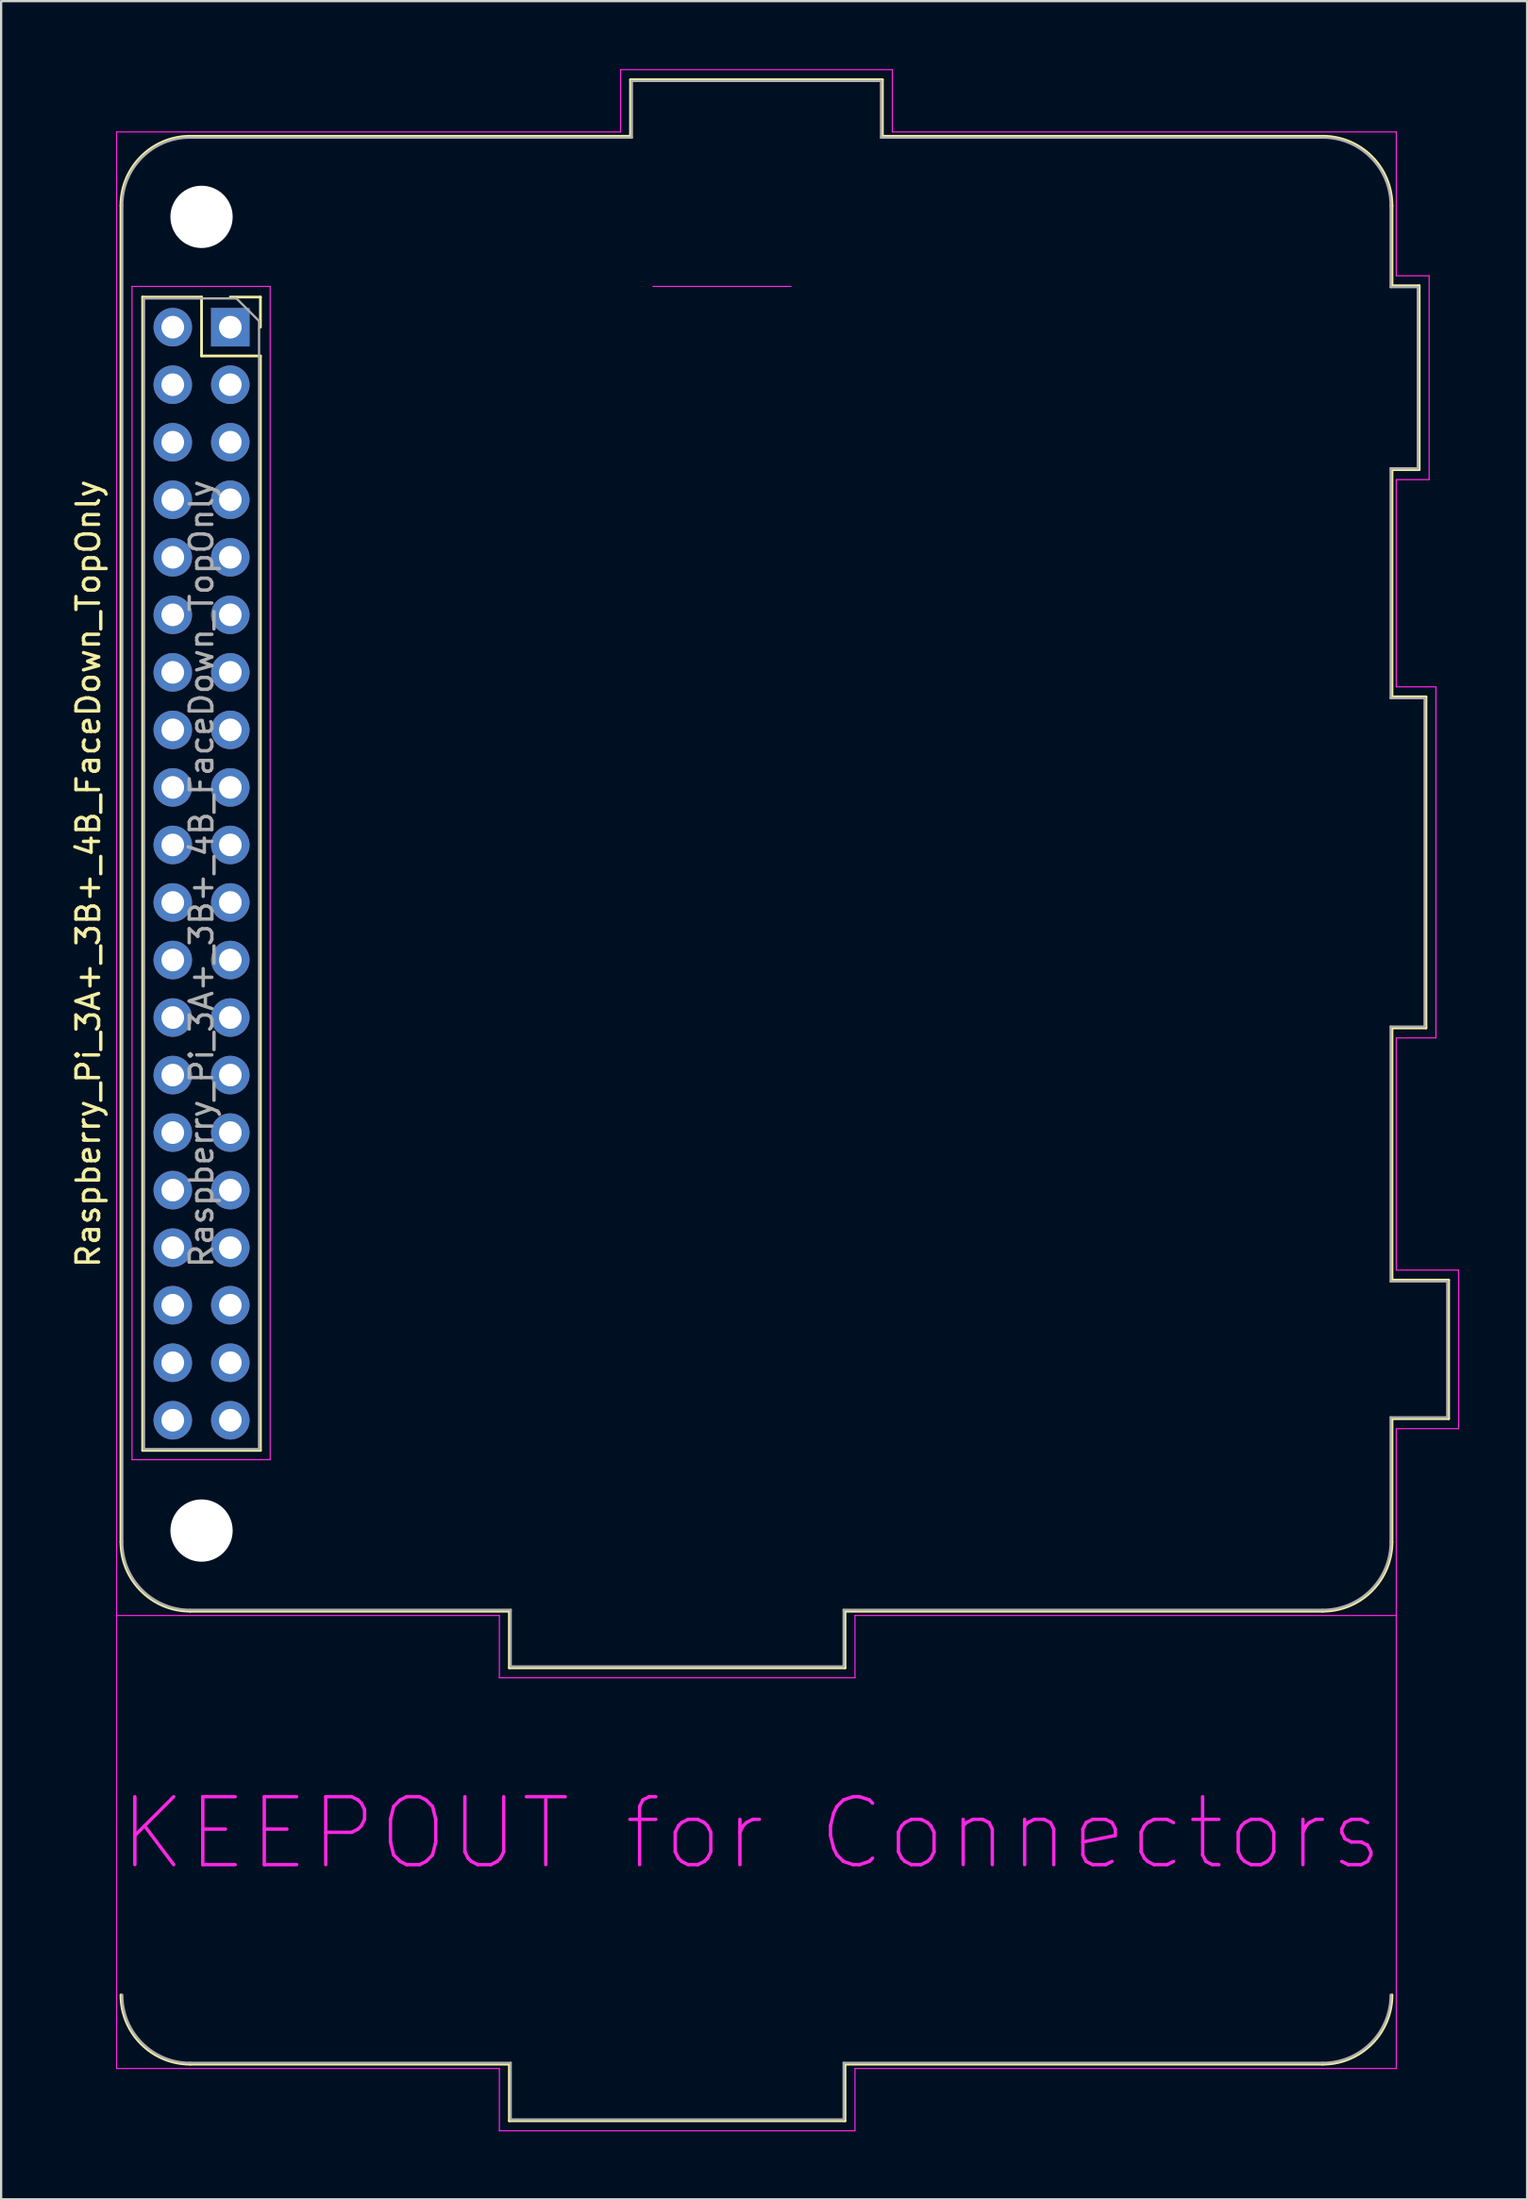
<source format=kicad_pcb>
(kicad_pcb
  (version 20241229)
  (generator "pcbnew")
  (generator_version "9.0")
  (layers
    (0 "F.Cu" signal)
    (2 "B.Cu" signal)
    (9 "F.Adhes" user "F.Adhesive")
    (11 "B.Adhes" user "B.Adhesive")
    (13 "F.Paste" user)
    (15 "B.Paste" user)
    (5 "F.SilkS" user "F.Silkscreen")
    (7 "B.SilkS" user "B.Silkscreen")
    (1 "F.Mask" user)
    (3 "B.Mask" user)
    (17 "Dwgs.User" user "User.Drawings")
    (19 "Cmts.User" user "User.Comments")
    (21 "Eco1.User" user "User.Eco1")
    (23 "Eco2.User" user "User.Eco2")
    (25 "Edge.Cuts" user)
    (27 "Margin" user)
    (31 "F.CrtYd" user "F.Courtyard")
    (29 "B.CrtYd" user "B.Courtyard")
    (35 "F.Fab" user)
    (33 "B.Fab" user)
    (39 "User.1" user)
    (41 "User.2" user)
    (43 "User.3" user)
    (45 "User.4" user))
  (footprint "Raspberry_Pi_3A+_3B+_4B_FaceDown_TopOnly"
    (layer "F.Cu")
    (at 7.118 11.395)
    (property "Reference" "Raspberry_Pi_3A+_3B+_4B_FaceDown_TopOnly" (at -6.27 24.13 90) (layer "F.SilkS") (effects (font (size 1 1) (thickness 0.15))))
    (attr through_hole)
    (fp_line (start -4.83 53.63) (end -4.83 -5.37) (stroke (width 0.12) (type solid)) (layer "F.SilkS"))
    (fp_line (start -3.87 -1.33) (end -3.87 49.59) (stroke (width 0.12) (type solid)) (layer "F.SilkS"))
    (fp_line (start -3.87 -1.33) (end -1.27 -1.33) (stroke (width 0.12) (type solid)) (layer "F.SilkS"))
    (fp_line (start -3.87 49.59) (end 1.33 49.59) (stroke (width 0.12) (type solid)) (layer "F.SilkS"))
    (fp_line (start -1.77 -8.43) (end 17.67 -8.43) (stroke (width 0.12) (type solid)) (layer "F.SilkS"))
    (fp_line (start -1.77 56.69) (end 12.32 56.69) (stroke (width 0.12) (type solid)) (layer "F.SilkS"))
    (fp_line (start -1.77 76.69) (end 12.32 76.69) (stroke (width 0.12) (type solid)) (layer "F.SilkS"))
    (fp_line (start -1.27 -1.33) (end -1.27 1.27) (stroke (width 0.12) (type solid)) (layer "F.SilkS"))
    (fp_line (start -1.27 1.27) (end 1.33 1.27) (stroke (width 0.12) (type solid)) (layer "F.SilkS"))
    (fp_line (start 0 -1.33) (end 1.33 -1.33) (stroke (width 0.12) (type solid)) (layer "F.SilkS"))
    (fp_line (start 1.33 -1.33) (end 1.33 0) (stroke (width 0.12) (type solid)) (layer "F.SilkS"))
    (fp_line (start 1.33 1.27) (end 1.33 49.59) (stroke (width 0.12) (type solid)) (layer "F.SilkS"))
    (fp_line (start 12.32 56.69) (end 12.32 59.19) (stroke (width 0.12) (type solid)) (layer "F.SilkS"))
    (fp_line (start 12.32 59.19) (end 27.14 59.19) (stroke (width 0.12) (type solid)) (layer "F.SilkS"))
    (fp_line (start 12.32 76.69) (end 12.32 79.19) (stroke (width 0.12) (type solid)) (layer "F.SilkS"))
    (fp_line (start 12.32 79.19) (end 27.14 79.19) (stroke (width 0.12) (type solid)) (layer "F.SilkS"))
    (fp_line (start 17.67 -10.93) (end 17.67 -8.43) (stroke (width 0.12) (type solid)) (layer "F.SilkS"))
    (fp_line (start 27.14 56.69) (end 48.23 56.69) (stroke (width 0.12) (type solid)) (layer "F.SilkS"))
    (fp_line (start 27.14 59.19) (end 27.14 56.69) (stroke (width 0.12) (type solid)) (layer "F.SilkS"))
    (fp_line (start 27.14 76.69) (end 48.23 76.69) (stroke (width 0.12) (type solid)) (layer "F.SilkS"))
    (fp_line (start 27.14 79.19) (end 27.14 76.69) (stroke (width 0.12) (type solid)) (layer "F.SilkS"))
    (fp_line (start 28.79 -10.93) (end 17.67 -10.93) (stroke (width 0.12) (type solid)) (layer "F.SilkS"))
    (fp_line (start 28.79 -8.43) (end 28.79 -10.93) (stroke (width 0.12) (type solid)) (layer "F.SilkS"))
    (fp_line (start 48.23 -8.43) (end 28.79 -8.43) (stroke (width 0.12) (type solid)) (layer "F.SilkS"))
    (fp_line (start 51.29 -5.37) (end 51.29 -1.83) (stroke (width 0.12) (type solid)) (layer "F.SilkS"))
    (fp_line (start 51.29 -1.83) (end 52.49 -1.83) (stroke (width 0.12) (type solid)) (layer "F.SilkS"))
    (fp_line (start 51.29 6.29) (end 51.29 16.32) (stroke (width 0.12) (type solid)) (layer "F.SilkS"))
    (fp_line (start 51.29 16.32) (end 52.79 16.32) (stroke (width 0.12) (type solid)) (layer "F.SilkS"))
    (fp_line (start 51.29 30.94) (end 51.29 42.07) (stroke (width 0.12) (type solid)) (layer "F.SilkS"))
    (fp_line (start 51.29 42.07) (end 53.79 42.07) (stroke (width 0.12) (type solid)) (layer "F.SilkS"))
    (fp_line (start 51.29 48.19) (end 51.29 53.63) (stroke (width 0.12) (type solid)) (layer "F.SilkS"))
    (fp_line (start 52.49 -1.83) (end 52.49 6.29) (stroke (width 0.12) (type solid)) (layer "F.SilkS"))
    (fp_line (start 52.49 6.29) (end 51.29 6.29) (stroke (width 0.12) (type solid)) (layer "F.SilkS"))
    (fp_line (start 52.79 16.32) (end 52.79 30.94) (stroke (width 0.12) (type solid)) (layer "F.SilkS"))
    (fp_line (start 52.79 30.94) (end 51.29 30.94) (stroke (width 0.12) (type solid)) (layer "F.SilkS"))
    (fp_line (start 53.79 42.07) (end 53.79 48.19) (stroke (width 0.12) (type solid)) (layer "F.SilkS"))
    (fp_line (start 53.79 48.19) (end 51.29 48.19) (stroke (width 0.12) (type solid)) (layer "F.SilkS"))
    (fp_arc (start -4.83 -5.37) (mid -3.933747 -7.533747) (end -1.77 -8.43) (stroke (width 0.12) (type solid)) (layer "F.SilkS"))
    (fp_arc (start -1.77 56.69) (mid -3.933747 55.793747) (end -4.83 53.63) (stroke (width 0.12) (type solid)) (layer "F.SilkS"))
    (fp_arc (start -1.77 76.69) (mid -3.933747 75.793747) (end -4.83 73.63) (stroke (width 0.12) (type solid)) (layer "F.SilkS"))
    (fp_arc (start 48.23 -8.43) (mid 50.393747 -7.533747) (end 51.29 -5.37) (stroke (width 0.12) (type solid)) (layer "F.SilkS"))
    (fp_arc (start 51.29 53.63) (mid 50.393747 55.793747) (end 48.23 56.69) (stroke (width 0.12) (type solid)) (layer "F.SilkS"))
    (fp_arc (start 51.29 73.63) (mid 50.393747 75.793747) (end 48.23 76.69) (stroke (width 0.12) (type solid)) (layer "F.SilkS"))
    (fp_line (start -5.02 -8.62) (end 17.23 -8.62) (stroke (width 0.05) (type solid)) (layer "F.CrtYd"))
    (fp_line (start -5.02 76.88) (end -5.02 -8.62) (stroke (width 0.05) (type solid)) (layer "F.CrtYd"))
    (fp_line (start -4.34 -1.8) (end 1.76 -1.8) (stroke (width 0.05) (type solid)) (layer "F.CrtYd"))
    (fp_line (start -4.34 50) (end -4.34 -1.8) (stroke (width 0.05) (type solid)) (layer "F.CrtYd"))
    (fp_line (start 1.76 -1.8) (end 1.76 50) (stroke (width 0.05) (type solid)) (layer "F.CrtYd"))
    (fp_line (start 1.76 50) (end -4.34 50) (stroke (width 0.05) (type solid)) (layer "F.CrtYd"))
    (fp_line (start 11.88 56.88) (end -5.02 56.88) (stroke (width 0.05) (type solid)) (layer "F.CrtYd"))
    (fp_line (start 11.88 59.63) (end 11.88 56.88) (stroke (width 0.05) (type solid)) (layer "F.CrtYd"))
    (fp_line (start 11.88 76.88) (end -5.02 76.88) (stroke (width 0.05) (type solid)) (layer "F.CrtYd"))
    (fp_line (start 11.88 79.63) (end 11.88 76.88) (stroke (width 0.05) (type solid)) (layer "F.CrtYd"))
    (fp_line (start 17.23 -11.37) (end 29.23 -11.37) (stroke (width 0.05) (type solid)) (layer "F.CrtYd"))
    (fp_line (start 17.23 -8.62) (end 17.23 -11.37) (stroke (width 0.05) (type solid)) (layer "F.CrtYd"))
    (fp_line (start 18.66 -1.8) (end 24.76 -1.8) (stroke (width 0.05) (type solid)) (layer "F.CrtYd"))
    (fp_line (start 27.58 56.88) (end 27.58 59.63) (stroke (width 0.05) (type solid)) (layer "F.CrtYd"))
    (fp_line (start 27.58 59.63) (end 11.88 59.63) (stroke (width 0.05) (type solid)) (layer "F.CrtYd"))
    (fp_line (start 27.58 76.88) (end 27.58 79.63) (stroke (width 0.05) (type solid)) (layer "F.CrtYd"))
    (fp_line (start 27.58 79.63) (end 11.88 79.63) (stroke (width 0.05) (type solid)) (layer "F.CrtYd"))
    (fp_line (start 29.23 -11.37) (end 29.23 -8.62) (stroke (width 0.05) (type solid)) (layer "F.CrtYd"))
    (fp_line (start 29.23 -8.62) (end 51.48 -8.62) (stroke (width 0.05) (type solid)) (layer "F.CrtYd"))
    (fp_line (start 51.48 -8.62) (end 51.48 -2.27) (stroke (width 0.05) (type solid)) (layer "F.CrtYd"))
    (fp_line (start 51.48 -2.27) (end 52.93 -2.27) (stroke (width 0.05) (type solid)) (layer "F.CrtYd"))
    (fp_line (start 51.48 6.73) (end 51.48 15.88) (stroke (width 0.05) (type solid)) (layer "F.CrtYd"))
    (fp_line (start 51.48 15.88) (end 53.23 15.88) (stroke (width 0.05) (type solid)) (layer "F.CrtYd"))
    (fp_line (start 51.48 31.38) (end 51.48 41.63) (stroke (width 0.05) (type solid)) (layer "F.CrtYd"))
    (fp_line (start 51.48 41.63) (end 54.23 41.63) (stroke (width 0.05) (type solid)) (layer "F.CrtYd"))
    (fp_line (start 51.48 48.63) (end 51.48 76.88) (stroke (width 0.05) (type solid)) (layer "F.CrtYd"))
    (fp_line (start 51.48 56.88) (end 27.58 56.88) (stroke (width 0.05) (type solid)) (layer "F.CrtYd"))
    (fp_line (start 51.48 76.88) (end 27.58 76.88) (stroke (width 0.05) (type solid)) (layer "F.CrtYd"))
    (fp_line (start 52.93 -2.27) (end 52.93 6.73) (stroke (width 0.05) (type solid)) (layer "F.CrtYd"))
    (fp_line (start 52.93 6.73) (end 51.48 6.73) (stroke (width 0.05) (type solid)) (layer "F.CrtYd"))
    (fp_line (start 53.23 15.88) (end 53.23 31.38) (stroke (width 0.05) (type solid)) (layer "F.CrtYd"))
    (fp_line (start 53.23 31.38) (end 51.48 31.38) (stroke (width 0.05) (type solid)) (layer "F.CrtYd"))
    (fp_line (start 54.23 41.63) (end 54.23 48.63) (stroke (width 0.05) (type solid)) (layer "F.CrtYd"))
    (fp_line (start 54.23 48.63) (end 51.48 48.63) (stroke (width 0.05) (type solid)) (layer "F.CrtYd"))
    (fp_line (start -4.77 53.63) (end -4.77 -5.37) (stroke (width 0.1) (type solid)) (layer "F.Fab"))
    (fp_line (start -3.81 -1.27) (end 0.27 -1.27) (stroke (width 0.1) (type solid)) (layer "F.Fab"))
    (fp_line (start -3.81 49.53) (end -3.81 -1.27) (stroke (width 0.1) (type solid)) (layer "F.Fab"))
    (fp_line (start -1.77 -8.37) (end 17.73 -8.37) (stroke (width 0.1) (type solid)) (layer "F.Fab"))
    (fp_line (start 0.27 -1.27) (end 1.27 -0.27) (stroke (width 0.1) (type solid)) (layer "F.Fab"))
    (fp_line (start 1.27 -0.27) (end 1.27 49.53) (stroke (width 0.1) (type solid)) (layer "F.Fab"))
    (fp_line (start 1.27 49.53) (end -3.81 49.53) (stroke (width 0.1) (type solid)) (layer "F.Fab"))
    (fp_line (start 12.38 56.63) (end -1.77 56.63) (stroke (width 0.1) (type solid)) (layer "F.Fab"))
    (fp_line (start 12.38 59.13) (end 12.38 56.63) (stroke (width 0.1) (type solid)) (layer "F.Fab"))
    (fp_line (start 12.38 76.63) (end -1.77 76.63) (stroke (width 0.1) (type solid)) (layer "F.Fab"))
    (fp_line (start 12.38 79.13) (end 12.38 76.63) (stroke (width 0.1) (type solid)) (layer "F.Fab"))
    (fp_line (start 17.73 -10.87) (end 17.73 -8.37) (stroke (width 0.1) (type solid)) (layer "F.Fab"))
    (fp_line (start 27.08 56.63) (end 27.08 59.13) (stroke (width 0.1) (type solid)) (layer "F.Fab"))
    (fp_line (start 27.08 59.13) (end 12.38 59.13) (stroke (width 0.1) (type solid)) (layer "F.Fab"))
    (fp_line (start 27.08 76.63) (end 27.08 79.13) (stroke (width 0.1) (type solid)) (layer "F.Fab"))
    (fp_line (start 27.08 79.13) (end 12.38 79.13) (stroke (width 0.1) (type solid)) (layer "F.Fab"))
    (fp_line (start 28.73 -10.87) (end 17.73 -10.87) (stroke (width 0.1) (type solid)) (layer "F.Fab"))
    (fp_line (start 28.73 -8.37) (end 28.73 -10.87) (stroke (width 0.1) (type solid)) (layer "F.Fab"))
    (fp_line (start 48.23 -8.37) (end 28.73 -8.37) (stroke (width 0.1) (type solid)) (layer "F.Fab"))
    (fp_line (start 48.23 56.63) (end 27.08 56.63) (stroke (width 0.1) (type solid)) (layer "F.Fab"))
    (fp_line (start 48.23 76.63) (end 27.08 76.63) (stroke (width 0.1) (type solid)) (layer "F.Fab"))
    (fp_line (start 51.23 -5.37) (end 51.23 -1.77) (stroke (width 0.1) (type solid)) (layer "F.Fab"))
    (fp_line (start 51.23 -1.77) (end 52.43 -1.77) (stroke (width 0.1) (type solid)) (layer "F.Fab"))
    (fp_line (start 51.23 6.23) (end 51.23 16.38) (stroke (width 0.1) (type solid)) (layer "F.Fab"))
    (fp_line (start 51.23 16.38) (end 52.73 16.38) (stroke (width 0.1) (type solid)) (layer "F.Fab"))
    (fp_line (start 51.23 30.88) (end 51.23 42.13) (stroke (width 0.1) (type solid)) (layer "F.Fab"))
    (fp_line (start 51.23 42.13) (end 53.73 42.13) (stroke (width 0.1) (type solid)) (layer "F.Fab"))
    (fp_line (start 51.23 48.13) (end 51.23 53.63) (stroke (width 0.1) (type solid)) (layer "F.Fab"))
    (fp_line (start 52.43 -1.77) (end 52.43 6.23) (stroke (width 0.1) (type solid)) (layer "F.Fab"))
    (fp_line (start 52.43 6.23) (end 51.23 6.23) (stroke (width 0.1) (type solid)) (layer "F.Fab"))
    (fp_line (start 52.73 16.38) (end 52.73 30.88) (stroke (width 0.1) (type solid)) (layer "F.Fab"))
    (fp_line (start 52.73 30.88) (end 51.23 30.88) (stroke (width 0.1) (type solid)) (layer "F.Fab"))
    (fp_line (start 53.73 42.13) (end 53.73 48.13) (stroke (width 0.1) (type solid)) (layer "F.Fab"))
    (fp_line (start 53.73 48.13) (end 51.23 48.13) (stroke (width 0.1) (type solid)) (layer "F.Fab"))
    (fp_arc (start -4.77 -5.37) (mid -3.89132 -7.49132) (end -1.77 -8.37) (stroke (width 0.1) (type solid)) (layer "F.Fab"))
    (fp_arc (start -1.77 56.63) (mid -3.89132 55.75132) (end -4.77 53.63) (stroke (width 0.1) (type solid)) (layer "F.Fab"))
    (fp_arc (start -1.77 76.63) (mid -3.89132 75.75132) (end -4.77 73.63) (stroke (width 0.1) (type solid)) (layer "F.Fab"))
    (fp_arc (start 48.23 -8.37) (mid 50.35132 -7.49132) (end 51.23 -5.37) (stroke (width 0.1) (type solid)) (layer "F.Fab"))
    (fp_arc (start 51.23 53.63) (mid 50.35132 55.75132) (end 48.23 56.63) (stroke (width 0.1) (type solid)) (layer "F.Fab"))
    (fp_arc (start 51.23 73.63) (mid 50.35132 75.75132) (end 48.23 76.63) (stroke (width 0.1) (type solid)) (layer "F.Fab"))
    (fp_text user "KEEPOUT for Connectors" (at 23 66.5 0) (layer "F.CrtYd") (effects (font (size 3 3) (thickness 0.15))))
    (fp_text user "${REFERENCE}" (at -1.27 24.13 90) (layer "F.Fab") (effects (font (size 1 1) (thickness 0.15))))
    (pad "" np_thru_hole circle (at -1.27 -4.87 90) (size 2.75 2.75) (drill 2.75) (layers "*.Cu" "*.Mask"))
    (pad "" np_thru_hole circle (at -1.27 53.13 90) (size 2.75 2.75) (drill 2.75) (layers "*.Cu" "*.Mask"))
    (pad "1" thru_hole rect (at 0 0) (size 1.7 1.7) (drill 1) (layers "*.Cu" "*.Mask"))
    (pad "2" thru_hole oval (at -2.54 0) (size 1.7 1.7) (drill 1) (layers "*.Cu" "*.Mask"))
    (pad "3" thru_hole oval (at 0 2.54) (size 1.7 1.7) (drill 1) (layers "*.Cu" "*.Mask"))
    (pad "4" thru_hole oval (at -2.54 2.54) (size 1.7 1.7) (drill 1) (layers "*.Cu" "*.Mask"))
    (pad "5" thru_hole oval (at 0 5.08) (size 1.7 1.7) (drill 1) (layers "*.Cu" "*.Mask"))
    (pad "6" thru_hole oval (at -2.54 5.08) (size 1.7 1.7) (drill 1) (layers "*.Cu" "*.Mask"))
    (pad "7" thru_hole oval (at 0 7.62) (size 1.7 1.7) (drill 1) (layers "*.Cu" "*.Mask"))
    (pad "8" thru_hole oval (at -2.54 7.62) (size 1.7 1.7) (drill 1) (layers "*.Cu" "*.Mask"))
    (pad "9" thru_hole oval (at 0 10.16) (size 1.7 1.7) (drill 1) (layers "*.Cu" "*.Mask"))
    (pad "10" thru_hole oval (at -2.54 10.16) (size 1.7 1.7) (drill 1) (layers "*.Cu" "*.Mask"))
    (pad "11" thru_hole oval (at 0 12.7) (size 1.7 1.7) (drill 1) (layers "*.Cu" "*.Mask"))
    (pad "12" thru_hole oval (at -2.54 12.7) (size 1.7 1.7) (drill 1) (layers "*.Cu" "*.Mask"))
    (pad "13" thru_hole oval (at 0 15.24) (size 1.7 1.7) (drill 1) (layers "*.Cu" "*.Mask"))
    (pad "14" thru_hole oval (at -2.54 15.24) (size 1.7 1.7) (drill 1) (layers "*.Cu" "*.Mask"))
    (pad "15" thru_hole oval (at 0 17.78) (size 1.7 1.7) (drill 1) (layers "*.Cu" "*.Mask"))
    (pad "16" thru_hole oval (at -2.54 17.78) (size 1.7 1.7) (drill 1) (layers "*.Cu" "*.Mask"))
    (pad "17" thru_hole oval (at 0 20.32) (size 1.7 1.7) (drill 1) (layers "*.Cu" "*.Mask"))
    (pad "18" thru_hole oval (at -2.54 20.32) (size 1.7 1.7) (drill 1) (layers "*.Cu" "*.Mask"))
    (pad "19" thru_hole oval (at 0 22.86) (size 1.7 1.7) (drill 1) (layers "*.Cu" "*.Mask"))
    (pad "20" thru_hole oval (at -2.54 22.86) (size 1.7 1.7) (drill 1) (layers "*.Cu" "*.Mask"))
    (pad "21" thru_hole oval (at 0 25.4) (size 1.7 1.7) (drill 1) (layers "*.Cu" "*.Mask"))
    (pad "22" thru_hole oval (at -2.54 25.4) (size 1.7 1.7) (drill 1) (layers "*.Cu" "*.Mask"))
    (pad "23" thru_hole oval (at 0 27.94) (size 1.7 1.7) (drill 1) (layers "*.Cu" "*.Mask"))
    (pad "24" thru_hole oval (at -2.54 27.94) (size 1.7 1.7) (drill 1) (layers "*.Cu" "*.Mask"))
    (pad "25" thru_hole oval (at 0 30.48) (size 1.7 1.7) (drill 1) (layers "*.Cu" "*.Mask"))
    (pad "26" thru_hole oval (at -2.54 30.48) (size 1.7 1.7) (drill 1) (layers "*.Cu" "*.Mask"))
    (pad "27" thru_hole oval (at 0 33.02) (size 1.7 1.7) (drill 1) (layers "*.Cu" "*.Mask"))
    (pad "28" thru_hole oval (at -2.54 33.02) (size 1.7 1.7) (drill 1) (layers "*.Cu" "*.Mask"))
    (pad "29" thru_hole oval (at 0 35.56) (size 1.7 1.7) (drill 1) (layers "*.Cu" "*.Mask"))
    (pad "30" thru_hole oval (at -2.54 35.56) (size 1.7 1.7) (drill 1) (layers "*.Cu" "*.Mask"))
    (pad "31" thru_hole oval (at 0 38.1) (size 1.7 1.7) (drill 1) (layers "*.Cu" "*.Mask"))
    (pad "32" thru_hole oval (at -2.54 38.1) (size 1.7 1.7) (drill 1) (layers "*.Cu" "*.Mask"))
    (pad "33" thru_hole oval (at 0 40.64) (size 1.7 1.7) (drill 1) (layers "*.Cu" "*.Mask"))
    (pad "34" thru_hole oval (at -2.54 40.64) (size 1.7 1.7) (drill 1) (layers "*.Cu" "*.Mask"))
    (pad "35" thru_hole oval (at 0 43.18) (size 1.7 1.7) (drill 1) (layers "*.Cu" "*.Mask"))
    (pad "36" thru_hole oval (at -2.54 43.18) (size 1.7 1.7) (drill 1) (layers "*.Cu" "*.Mask"))
    (pad "37" thru_hole oval (at 0 45.72) (size 1.7 1.7) (drill 1) (layers "*.Cu" "*.Mask"))
    (pad "38" thru_hole oval (at -2.54 45.72) (size 1.7 1.7) (drill 1) (layers "*.Cu" "*.Mask"))
    (pad "39" thru_hole oval (at 0 48.26) (size 1.7 1.7) (drill 1) (layers "*.Cu" "*.Mask"))
    (pad "40" thru_hole oval (at -2.54 48.26) (size 1.7 1.7) (drill 1) (layers "*.Cu" "*.Mask")))
  (gr_rect
    (start -3 -3)
    (end 64.373 94.05)
    (stroke (width 0.1) (type default))
    (fill no)
    (layer "Edge.Cuts")))
</source>
